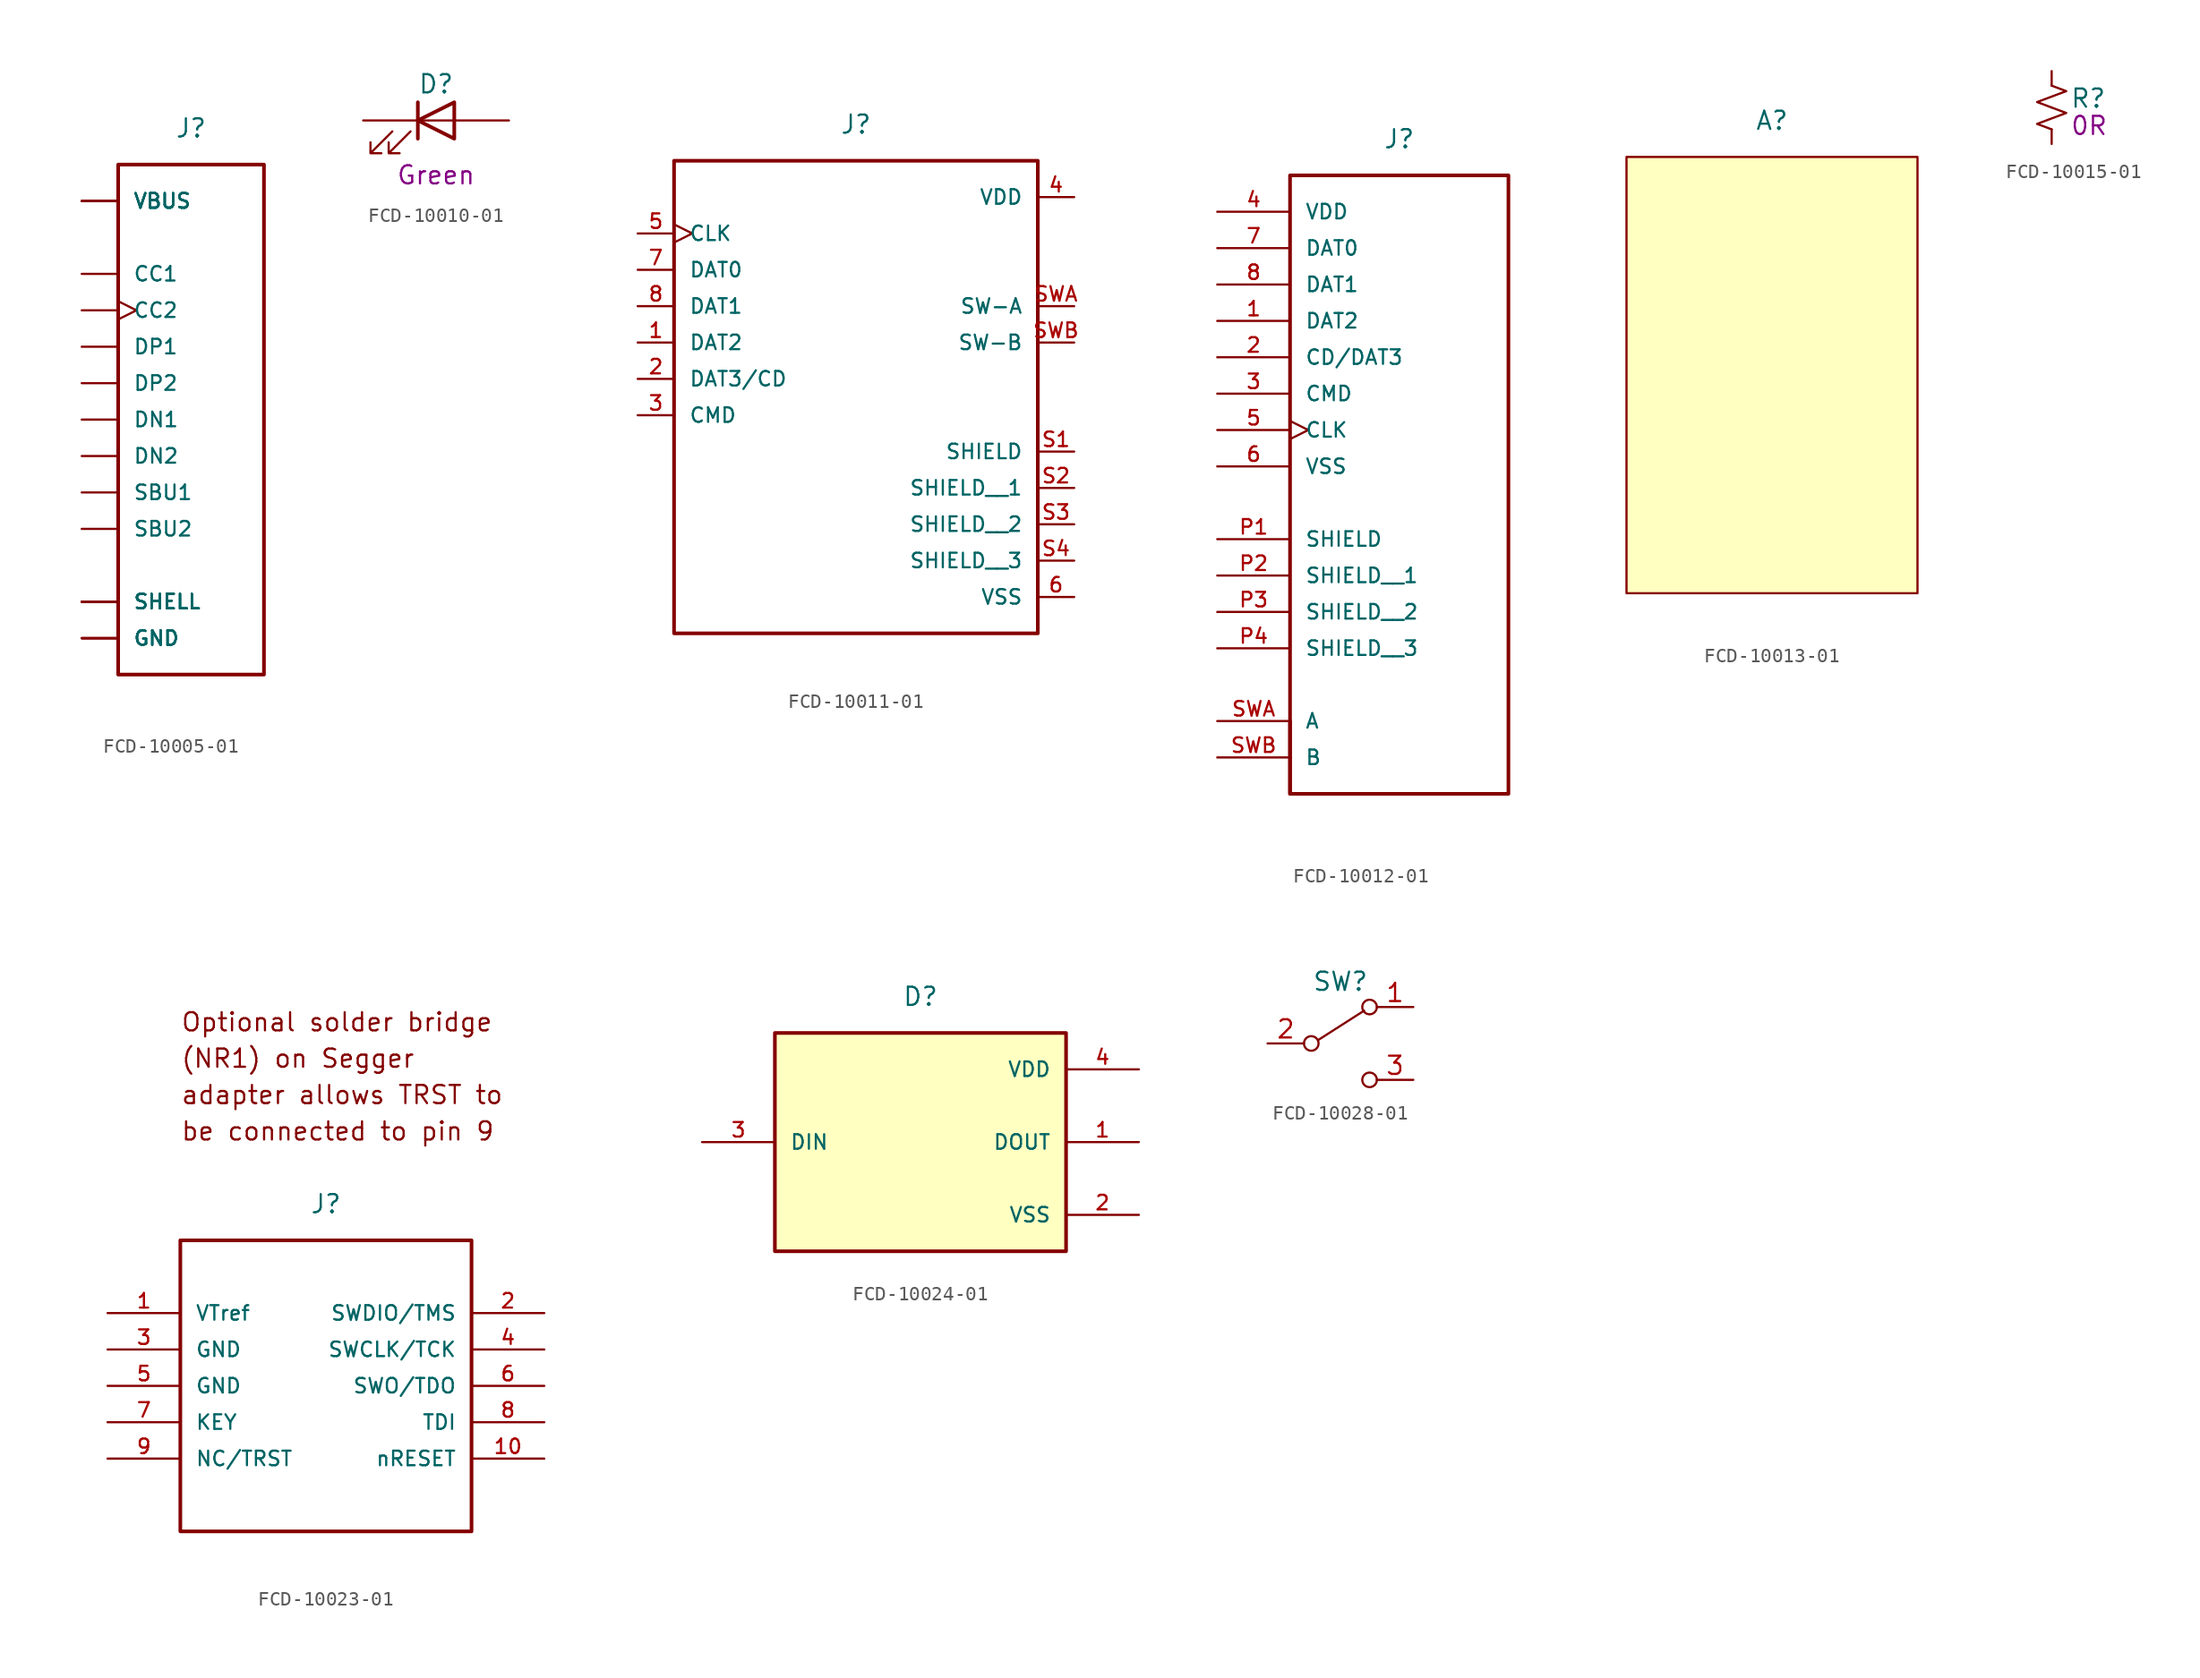
<source format=kicad_sym>
(kicad_symbol_lib
  (version 20201005)
  (generator kicad_symbol_editor)
  (symbol "Flying_Camp_Design:FCD-10005-01"
    (pin_numbers hide)
    (pin_names
      (offset 1.016))
    (property "Reference" "J"
      (at 0 20.32 0)
      (effects (font (size 1.27 1.27))))
    (symbol "FCD-10005-01_0_0"
      (pin passive line (at -7.62 -15.24 0) (length 2.54) (name "GND" (effects (font (size 1.016 1.016)))) (number "A1" (effects (font (size 1.016 1.016)))))
      (pin passive line (at -7.62 -15.24 0) (length 2.54) (name "GND" (effects (font (size 1.016 1.016)))) (number "A12" (effects (font (size 1.016 1.016)))))
      (pin power_in line (at -7.62 15.24 0) (length 2.54) (name "VBUS" (effects (font (size 1.016 1.016)))) (number "A4" (effects (font (size 1.016 1.016)))))
      (pin bidirectional line (at -7.62 10.16 0) (length 2.54) (name "CC1" (effects (font (size 1.016 1.016)))) (number "A5" (effects (font (size 1.016 1.016)))))
      (pin bidirectional line (at -7.62 5.08 0) (length 2.54) (name "DP1" (effects (font (size 1.016 1.016)))) (number "A6" (effects (font (size 1.016 1.016)))))
      (pin bidirectional line (at -7.62 0 0) (length 2.54) (name "DN1" (effects (font (size 1.016 1.016)))) (number "A7" (effects (font (size 1.016 1.016)))))
      (pin bidirectional line (at -7.62 -5.08 0) (length 2.54) (name "SBU1" (effects (font (size 1.016 1.016)))) (number "A8" (effects (font (size 1.016 1.016)))))
      (pin power_in line (at -7.62 15.24 0) (length 2.54) (name "VBUS" (effects (font (size 1.016 1.016)))) (number "A9" (effects (font (size 1.016 1.016)))))
      (pin passive line (at -7.62 -15.24 0) (length 2.54) (name "GND" (effects (font (size 1.016 1.016)))) (number "B1" (effects (font (size 1.016 1.016)))))
      (pin passive line (at -7.62 -15.24 0) (length 2.54) (name "GND" (effects (font (size 1.016 1.016)))) (number "B12" (effects (font (size 1.016 1.016)))))
      (pin power_in line (at -7.62 15.24 0) (length 2.54) (name "VBUS" (effects (font (size 1.016 1.016)))) (number "B4" (effects (font (size 1.016 1.016)))))
      (pin bidirectional clock (at -7.62 7.62 0) (length 2.54) (name "CC2" (effects (font (size 1.016 1.016)))) (number "B5" (effects (font (size 1.016 1.016)))))
      (pin bidirectional line (at -7.62 2.54 0) (length 2.54) (name "DP2" (effects (font (size 1.016 1.016)))) (number "B6" (effects (font (size 1.016 1.016)))))
      (pin bidirectional line (at -7.62 -2.54 0) (length 2.54) (name "DN2" (effects (font (size 1.016 1.016)))) (number "B7" (effects (font (size 1.016 1.016)))))
      (pin bidirectional line (at -7.62 -7.62 0) (length 2.54) (name "SBU2" (effects (font (size 1.016 1.016)))) (number "B8" (effects (font (size 1.016 1.016)))))
      (pin power_in line (at -7.62 15.24 0) (length 2.54) (name "VBUS" (effects (font (size 1.016 1.016)))) (number "B9" (effects (font (size 1.016 1.016)))))
      (pin passive line (at -7.62 -12.7 0) (length 2.54) (name "SHELL" (effects (font (size 1.016 1.016)))) (number "P1" (effects (font (size 1.016 1.016)))))
      (pin passive line (at -7.62 -12.7 0) (length 2.54) (name "SHELL" (effects (font (size 1.016 1.016)))) (number "P2" (effects (font (size 1.016 1.016)))))
      (pin passive line (at -7.62 -12.7 0) (length 2.54) (name "SHELL" (effects (font (size 1.016 1.016)))) (number "P3" (effects (font (size 1.016 1.016)))))
      (pin passive line (at -7.62 -12.7 0) (length 2.54) (name "SHELL" (effects (font (size 1.016 1.016)))) (number "P4" (effects (font (size 1.016 1.016))))))
    (symbol "FCD-10005-01_0_1"
      (rectangle (start -5.08 17.78) (end 5.08 -17.78) (stroke (width 0.254)) (fill (type none)))))
  (symbol "Flying_Camp_Design:FCD-10010-01"
    (pin_numbers hide)
    (pin_names
      (offset 1.016) hide)
    (property "Reference" "D"
      (at 0 2.54 0)
      (effects (font (size 1.27 1.27))))
    (property "Color" "Green"
      (at 0 -3.81 0)
      (effects (font (size 1.27 1.27))))
    (symbol "FCD-10010-01_0_1"
      (polyline (pts (xy -1.27 -1.27) (xy -1.27 1.27)) (stroke (width 0.254)) (fill (type none)))
      (polyline (pts (xy -1.27 0) (xy 1.27 0)) (stroke (width 0)) (fill (type none)))
      (polyline (pts (xy 1.27 -1.27) (xy 1.27 1.27) (xy -1.27 0) (xy 1.27 -1.27)) (stroke (width 0.254)) (fill (type none)))
      (polyline (pts (xy -3.048 -0.762) (xy -4.572 -2.286) (xy -3.81 -2.286) (xy -4.572 -2.286) (xy -4.572 -1.524)) (stroke (width 0)) (fill (type none)))
      (polyline (pts (xy -1.778 -0.762) (xy -3.302 -2.286) (xy -2.54 -2.286) (xy -3.302 -2.286) (xy -3.302 -1.524)) (stroke (width 0)) (fill (type none))))
    (symbol "FCD-10010-01_1_1"
      (pin passive line (at -5.08 0 0) (length 3.81) (name "K" (effects (font (size 1.27 1.27)))) (number "1" (effects (font (size 1.27 1.27)))))
      (pin passive line (at 5.08 0 180) (length 3.81) (name "A" (effects (font (size 1.27 1.27)))) (number "2" (effects (font (size 1.27 1.27)))))))
  (symbol "Flying_Camp_Design:FCD-10011-01"
    (pin_names
      (offset 1.016))
    (property "Reference" "J"
      (at 0 17.78 0)
      (effects (font (size 1.27 1.27))))
    (symbol "FCD-10011-01_0_0"
      (pin bidirectional line (at -15.24 2.54 0) (length 2.54) (name "DAT2" (effects (font (size 1.016 1.016)))) (number "1" (effects (font (size 1.016 1.016)))))
      (pin bidirectional line (at -15.24 0 0) (length 2.54) (name "DAT3/CD" (effects (font (size 1.016 1.016)))) (number "2" (effects (font (size 1.016 1.016)))))
      (pin bidirectional line (at -15.24 -2.54 0) (length 2.54) (name "CMD" (effects (font (size 1.016 1.016)))) (number "3" (effects (font (size 1.016 1.016)))))
      (pin power_in line (at 15.24 12.7 180) (length 2.54) (name "VDD" (effects (font (size 1.016 1.016)))) (number "4" (effects (font (size 1.016 1.016)))))
      (pin input clock (at -15.24 10.16 0) (length 2.54) (name "CLK" (effects (font (size 1.016 1.016)))) (number "5" (effects (font (size 1.016 1.016)))))
      (pin power_in line (at 15.24 -15.24 180) (length 2.54) (name "VSS" (effects (font (size 1.016 1.016)))) (number "6" (effects (font (size 1.016 1.016)))))
      (pin bidirectional line (at -15.24 7.62 0) (length 2.54) (name "DAT0" (effects (font (size 1.016 1.016)))) (number "7" (effects (font (size 1.016 1.016)))))
      (pin bidirectional line (at -15.24 5.08 0) (length 2.54) (name "DAT1" (effects (font (size 1.016 1.016)))) (number "8" (effects (font (size 1.016 1.016)))))
      (pin passive line (at 15.24 -5.08 180) (length 2.54) (name "SHIELD" (effects (font (size 1.016 1.016)))) (number "S1" (effects (font (size 1.016 1.016)))))
      (pin passive line (at 15.24 -7.62 180) (length 2.54) (name "SHIELD__1" (effects (font (size 1.016 1.016)))) (number "S2" (effects (font (size 1.016 1.016)))))
      (pin passive line (at 15.24 -10.16 180) (length 2.54) (name "SHIELD__2" (effects (font (size 1.016 1.016)))) (number "S3" (effects (font (size 1.016 1.016)))))
      (pin passive line (at 15.24 -12.7 180) (length 2.54) (name "SHIELD__3" (effects (font (size 1.016 1.016)))) (number "S4" (effects (font (size 1.016 1.016)))))
      (pin bidirectional line (at 15.24 5.08 180) (length 2.54) (name "SW-A" (effects (font (size 1.016 1.016)))) (number "SWA" (effects (font (size 1.016 1.016)))))
      (pin bidirectional line (at 15.24 2.54 180) (length 2.54) (name "SW-B" (effects (font (size 1.016 1.016)))) (number "SWB" (effects (font (size 1.016 1.016))))))
    (symbol "FCD-10011-01_0_1"
      (rectangle (start -12.7 15.24) (end 12.7 -17.78) (stroke (width 0.254)) (fill (type none)))))
  (symbol "Flying_Camp_Design:FCD-10012-01"
    (pin_names
      (offset 1.016))
    (property "Reference" "J"
      (at 0 25.4 0)
      (effects (font (size 1.27 1.27))))
    (symbol "FCD-10012-01_0_0"
      (polyline (pts (xy -7.62 -17.78) (xy -7.62 -20.32)) (stroke (width 0.254)) (fill (type none)))
      (polyline (pts (xy -7.62 -15.24) (xy -7.62 -17.78)) (stroke (width 0.254)) (fill (type none)))
      (pin bidirectional line (at -12.7 12.7 0) (length 5.08) (name "DAT2" (effects (font (size 1.016 1.016)))) (number "1" (effects (font (size 1.016 1.016)))))
      (pin bidirectional line (at -12.7 10.16 0) (length 5.08) (name "CD/DAT3" (effects (font (size 1.016 1.016)))) (number "2" (effects (font (size 1.016 1.016)))))
      (pin bidirectional line (at -12.7 7.62 0) (length 5.08) (name "CMD" (effects (font (size 1.016 1.016)))) (number "3" (effects (font (size 1.016 1.016)))))
      (pin power_in line (at -12.7 20.32 0) (length 5.08) (name "VDD" (effects (font (size 1.016 1.016)))) (number "4" (effects (font (size 1.016 1.016)))))
      (pin bidirectional clock (at -12.7 5.08 0) (length 5.08) (name "CLK" (effects (font (size 1.016 1.016)))) (number "5" (effects (font (size 1.016 1.016)))))
      (pin power_in line (at -12.7 2.54 0) (length 5.08) (name "VSS" (effects (font (size 1.016 1.016)))) (number "6" (effects (font (size 1.016 1.016)))))
      (pin bidirectional line (at -12.7 17.78 0) (length 5.08) (name "DAT0" (effects (font (size 1.016 1.016)))) (number "7" (effects (font (size 1.016 1.016)))))
      (pin bidirectional line (at -12.7 15.24 0) (length 5.08) (name "DAT1" (effects (font (size 1.016 1.016)))) (number "8" (effects (font (size 1.016 1.016)))))
      (pin passive line (at -12.7 -2.54 0) (length 5.08) (name "SHIELD" (effects (font (size 1.016 1.016)))) (number "P1" (effects (font (size 1.016 1.016)))))
      (pin passive line (at -12.7 -5.08 0) (length 5.08) (name "SHIELD__1" (effects (font (size 1.016 1.016)))) (number "P2" (effects (font (size 1.016 1.016)))))
      (pin passive line (at -12.7 -7.62 0) (length 5.08) (name "SHIELD__2" (effects (font (size 1.016 1.016)))) (number "P3" (effects (font (size 1.016 1.016)))))
      (pin passive line (at -12.7 -10.16 0) (length 5.08) (name "SHIELD__3" (effects (font (size 1.016 1.016)))) (number "P4" (effects (font (size 1.016 1.016)))))
      (pin bidirectional line (at -12.7 -15.24 0) (length 5.08) (name "A" (effects (font (size 1.016 1.016)))) (number "SWA" (effects (font (size 1.016 1.016)))))
      (pin bidirectional line (at -12.7 -17.78 0) (length 5.08) (name "B" (effects (font (size 1.016 1.016)))) (number "SWB" (effects (font (size 1.016 1.016))))))
    (symbol "FCD-10012-01_0_1"
      (rectangle (start -7.62 22.86) (end 7.62 -20.32) (stroke (width 0.254)) (fill (type none)))))
  (symbol "Flying_Camp_Design:FCD-10013-01"
    (pin_names
      (offset 1.016))
    (property "Reference" "A"
      (at 0 17.78 0)
      (effects (font (size 1.27 1.27))))
    (symbol "FCD-10013-01_0_1"
      (rectangle (start -10.16 -15.24) (end 10.16 15.24) (stroke (width 0)) (fill (type background)))))
  (symbol "Flying_Camp_Design:FCD-10015-01"
    (pin_numbers hide)
    (pin_names
      (offset 0.254) hide)
    (property "Reference" "R"
      (at 1.27 0.635 0)
      (effects (font (size 1.27 1.27)) (justify left)))
    (property "Resistance" "0R"
      (at 1.27 -1.27 0)
      (effects (font (size 1.27 1.27)) (justify left)))
    (symbol "FCD-10015-01_1_1"
      (polyline (pts (xy 0 0) (xy 1.016 -0.381) (xy 0 -0.762) (xy -1.016 -1.143) (xy 0 -1.524)) (stroke (width 0)) (fill (type none)))
      (polyline (pts (xy 0 1.524) (xy 1.016 1.143) (xy 0 0.762) (xy -1.016 0.381) (xy 0 0)) (stroke (width 0)) (fill (type none)))
      (pin passive line (at 0 2.54 270) (length 1.016) (name "~" (effects (font (size 1.27 1.27)))) (number "1" (effects (font (size 1.27 1.27)))))
      (pin passive line (at 0 -2.54 90) (length 1.016) (name "~" (effects (font (size 1.27 1.27)))) (number "2" (effects (font (size 1.27 1.27)))))))
  (symbol "Flying_Camp_Design:FCD-10023-01"
    (pin_names
      (offset 1.016))
    (property "Reference" "J"
      (at 0 12.7 0)
      (effects (font (size 1.27 1.27))))
    (symbol "FCD-10023-01_0_0"
      (text "(NR1) on Segger" (at -10.16 22.86 0) (effects (font (size 1.27 1.27)) (justify left)))
      (text "adapter allows TRST to" (at -10.16 20.32 0) (effects (font (size 1.27 1.27)) (justify left)))
      (text "be connected to pin 9" (at -10.16 17.78 0) (effects (font (size 1.27 1.27)) (justify left)))
      (text "Optional solder bridge" (at -10.16 25.4 0) (effects (font (size 1.27 1.27)) (justify left)))
      (pin passive line (at -15.24 5.08 0) (length 5.08) (name "VTref" (effects (font (size 1.016 1.016)))) (number "1" (effects (font (size 1.016 1.016)))))
      (pin passive line (at 15.24 -5.08 180) (length 5.08) (name "nRESET" (effects (font (size 1.016 1.016)))) (number "10" (effects (font (size 1.016 1.016)))))
      (pin passive line (at 15.24 5.08 180) (length 5.08) (name "SWDIO/TMS" (effects (font (size 1.016 1.016)))) (number "2" (effects (font (size 1.016 1.016)))))
      (pin passive line (at -15.24 2.54 0) (length 5.08) (name "GND" (effects (font (size 1.016 1.016)))) (number "3" (effects (font (size 1.016 1.016)))))
      (pin passive line (at 15.24 2.54 180) (length 5.08) (name "SWCLK/TCK" (effects (font (size 1.016 1.016)))) (number "4" (effects (font (size 1.016 1.016)))))
      (pin passive line (at -15.24 0 0) (length 5.08) (name "GND" (effects (font (size 1.016 1.016)))) (number "5" (effects (font (size 1.016 1.016)))))
      (pin passive line (at 15.24 0 180) (length 5.08) (name "SWO/TDO" (effects (font (size 1.016 1.016)))) (number "6" (effects (font (size 1.016 1.016)))))
      (pin passive line (at -15.24 -2.54 0) (length 5.08) (name "KEY" (effects (font (size 1.016 1.016)))) (number "7" (effects (font (size 1.016 1.016)))))
      (pin passive line (at 15.24 -2.54 180) (length 5.08) (name "TDI" (effects (font (size 1.016 1.016)))) (number "8" (effects (font (size 1.016 1.016)))))
      (pin passive line (at -15.24 -5.08 0) (length 5.08) (name "NC/TRST" (effects (font (size 1.016 1.016)))) (number "9" (effects (font (size 1.016 1.016))))))
    (symbol "FCD-10023-01_0_1"
      (rectangle (start -10.16 10.16) (end 10.16 -10.16) (stroke (width 0.254)) (fill (type none)))))
  (symbol "Flying_Camp_Design:FCD-10024-01"
    (pin_names
      (offset 1.016))
    (property "Reference" "D"
      (at 0 10.16 0)
      (effects (font (size 1.27 1.27))))
    (symbol "FCD-10024-01_0_0"
      (pin output line (at 15.24 0 180) (length 5.08) (name "DOUT" (effects (font (size 1.016 1.016)))) (number "1" (effects (font (size 1.016 1.016)))))
      (pin power_in line (at 15.24 -5.08 180) (length 5.08) (name "VSS" (effects (font (size 1.016 1.016)))) (number "2" (effects (font (size 1.016 1.016)))))
      (pin input line (at -15.24 0 0) (length 5.08) (name "DIN" (effects (font (size 1.016 1.016)))) (number "3" (effects (font (size 1.016 1.016)))))
      (pin power_in line (at 15.24 5.08 180) (length 5.08) (name "VDD" (effects (font (size 1.016 1.016)))) (number "4" (effects (font (size 1.016 1.016))))))
    (symbol "FCD-10024-01_1_1"
      (rectangle (start -10.16 7.62) (end 10.16 -7.62) (stroke (width 0.254)) (fill (type background)))))
  (symbol "Flying_Camp_Design:FCD-10028-01"
    (pin_names
      (offset 0) hide)
    (property "Reference" "SW"
      (at 0 4.318 0)
      (effects (font (size 1.27 1.27))))
    (symbol "FCD-10028-01_0_0"
      (circle (center -2.032 0) (radius 0.508) (stroke (width 0)) (fill (type none)))
      (circle (center 2.032 -2.54) (radius 0.508) (stroke (width 0)) (fill (type none))))
    (symbol "FCD-10028-01_0_1"
      (circle (center 2.032 2.54) (radius 0.508) (stroke (width 0)) (fill (type none)))
      (polyline (pts (xy -1.524 0.254) (xy 1.651 2.286)) (stroke (width 0)) (fill (type none))))
    (symbol "FCD-10028-01_1_1"
      (pin passive line (at 5.08 2.54 180) (length 2.54) (name "A" (effects (font (size 1.27 1.27)))) (number "1" (effects (font (size 1.27 1.27)))))
      (pin passive line (at -5.08 0 0) (length 2.54) (name "B" (effects (font (size 1.27 1.27)))) (number "2" (effects (font (size 1.27 1.27)))))
      (pin passive line (at 5.08 -2.54 180) (length 2.54) (name "C" (effects (font (size 1.27 1.27)))) (number "3" (effects (font (size 1.27 1.27))))))))
</source>
